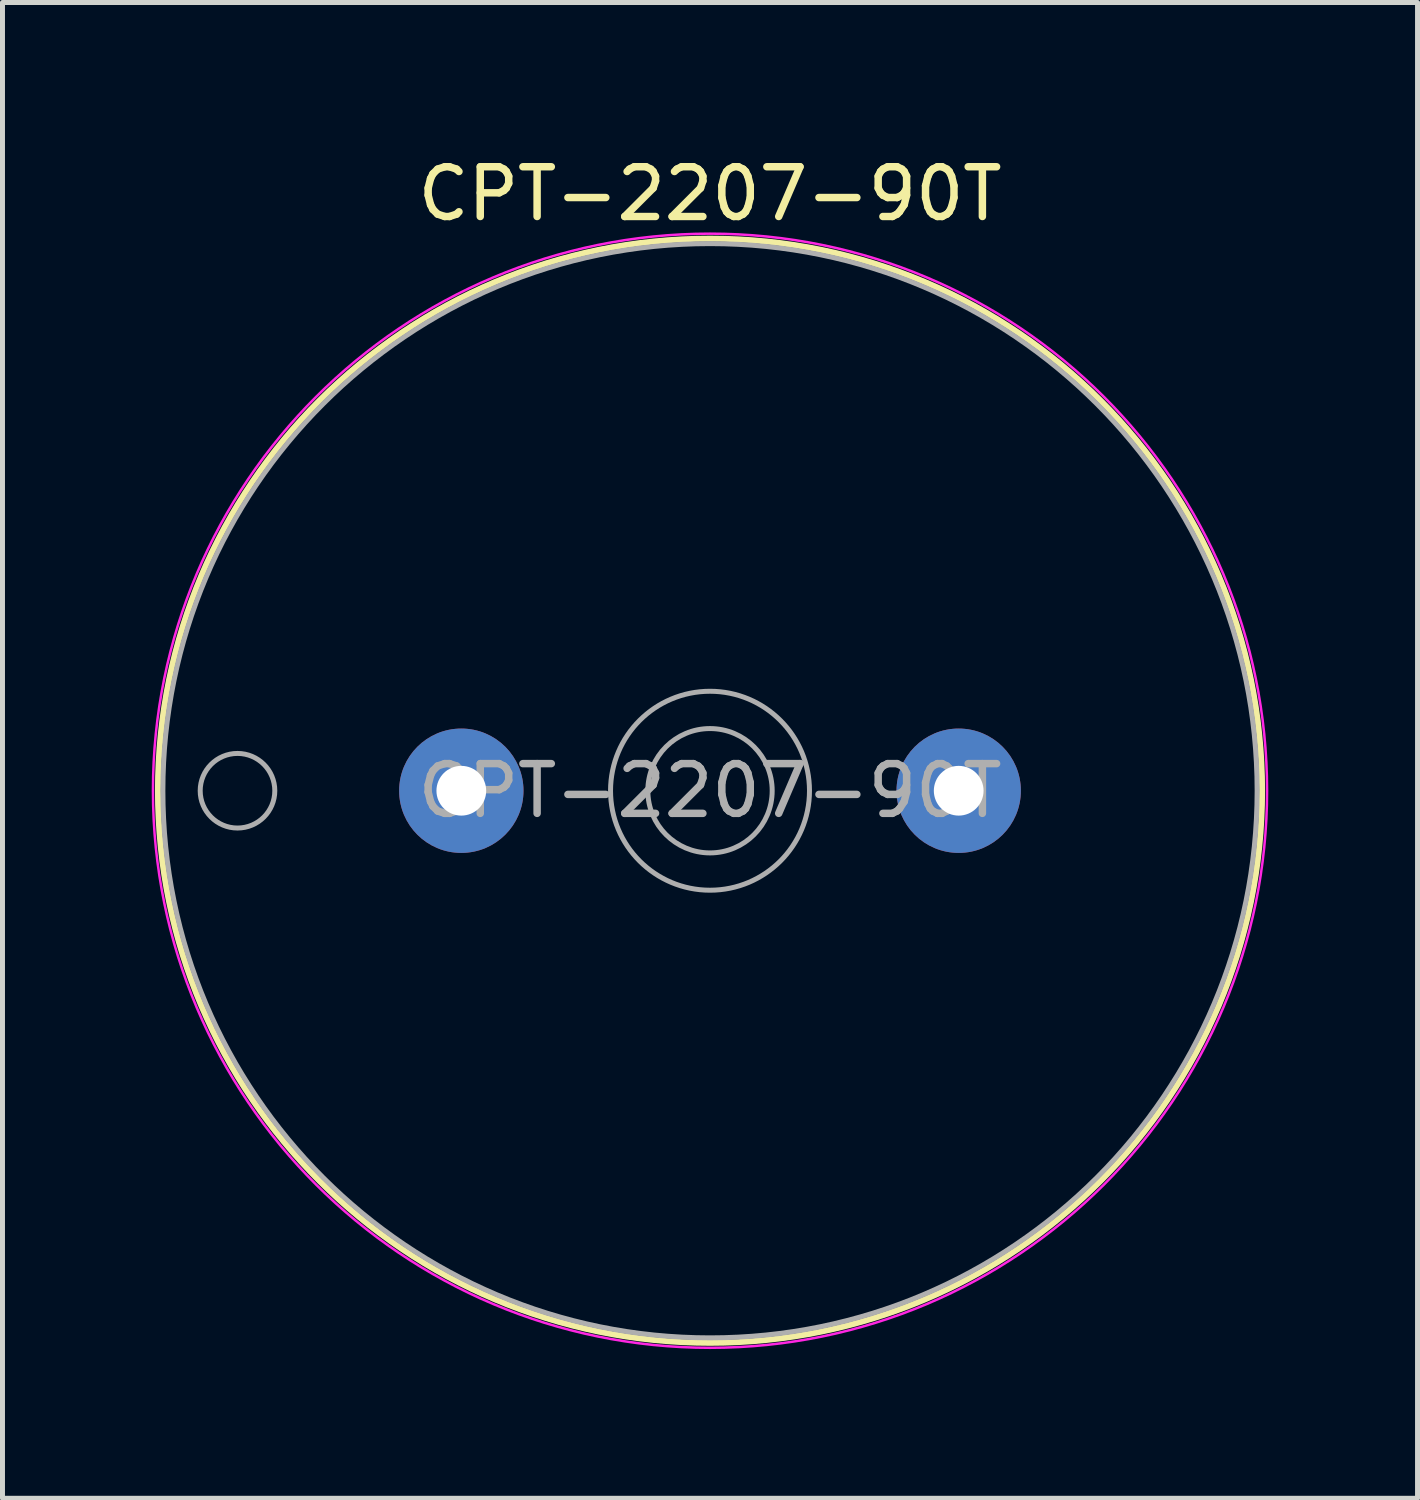
<source format=kicad_pcb>
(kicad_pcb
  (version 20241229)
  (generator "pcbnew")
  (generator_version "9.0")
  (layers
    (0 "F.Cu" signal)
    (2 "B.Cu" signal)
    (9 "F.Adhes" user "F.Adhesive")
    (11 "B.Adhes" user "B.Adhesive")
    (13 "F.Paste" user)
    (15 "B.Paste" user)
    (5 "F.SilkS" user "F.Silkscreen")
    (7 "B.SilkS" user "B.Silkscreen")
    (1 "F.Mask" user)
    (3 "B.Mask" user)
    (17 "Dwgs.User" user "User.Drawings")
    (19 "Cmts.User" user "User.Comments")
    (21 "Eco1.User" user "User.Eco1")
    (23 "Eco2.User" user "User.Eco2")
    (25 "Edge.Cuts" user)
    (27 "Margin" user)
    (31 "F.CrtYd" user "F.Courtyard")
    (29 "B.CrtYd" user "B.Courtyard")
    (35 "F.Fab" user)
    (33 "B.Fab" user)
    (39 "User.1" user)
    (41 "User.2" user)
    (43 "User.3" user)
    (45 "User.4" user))
  (footprint "CPT-2207-90T"
    (layer "F.Cu")
    (at 11.225 12.848)
    (property "Reference" "CPT-2207-90T" (at 0 -12 0) (layer "F.SilkS") (effects (font (size 1 1) (thickness 0.15))))
    (attr through_hole)
    (fp_circle (center 0 0) (end 11.1 0) (stroke (width 0.12) (type solid)) (fill no) (layer "F.SilkS"))
    (fp_circle (center 0 0) (end 11.2 0) (stroke (width 0.05) (type solid)) (fill no) (layer "F.CrtYd"))
    (fp_circle (center -9.5 0) (end -8.75 0) (stroke (width 0.1) (type solid)) (fill no) (layer "F.Fab"))
    (fp_circle (center 0 0) (end 1.25 0) (stroke (width 0.1) (type solid)) (fill no) (layer "F.Fab"))
    (fp_circle (center 0 0) (end 2 0) (stroke (width 0.1) (type solid)) (fill no) (layer "F.Fab"))
    (fp_circle (center 0 0) (end 11 0) (stroke (width 0.1) (type solid)) (fill no) (layer "F.Fab"))
    (fp_text user "${REFERENCE}" (at 0 0 0) (layer "F.Fab") (effects (font (size 1 1) (thickness 0.15))))
    (pad "1" thru_hole circle (at -5 0) (size 2.5 2.5) (drill 1) (layers "*.Cu" "*.Mask"))
    (pad "2" thru_hole circle (at 5 0) (size 2.5 2.5) (drill 1) (layers "*.Cu" "*.Mask")))
  (gr_rect
    (start -3 -3)
    (end 25.45 27.073)
    (stroke (width 0.1) (type default))
    (fill no)
    (layer "Edge.Cuts")))
</source>
